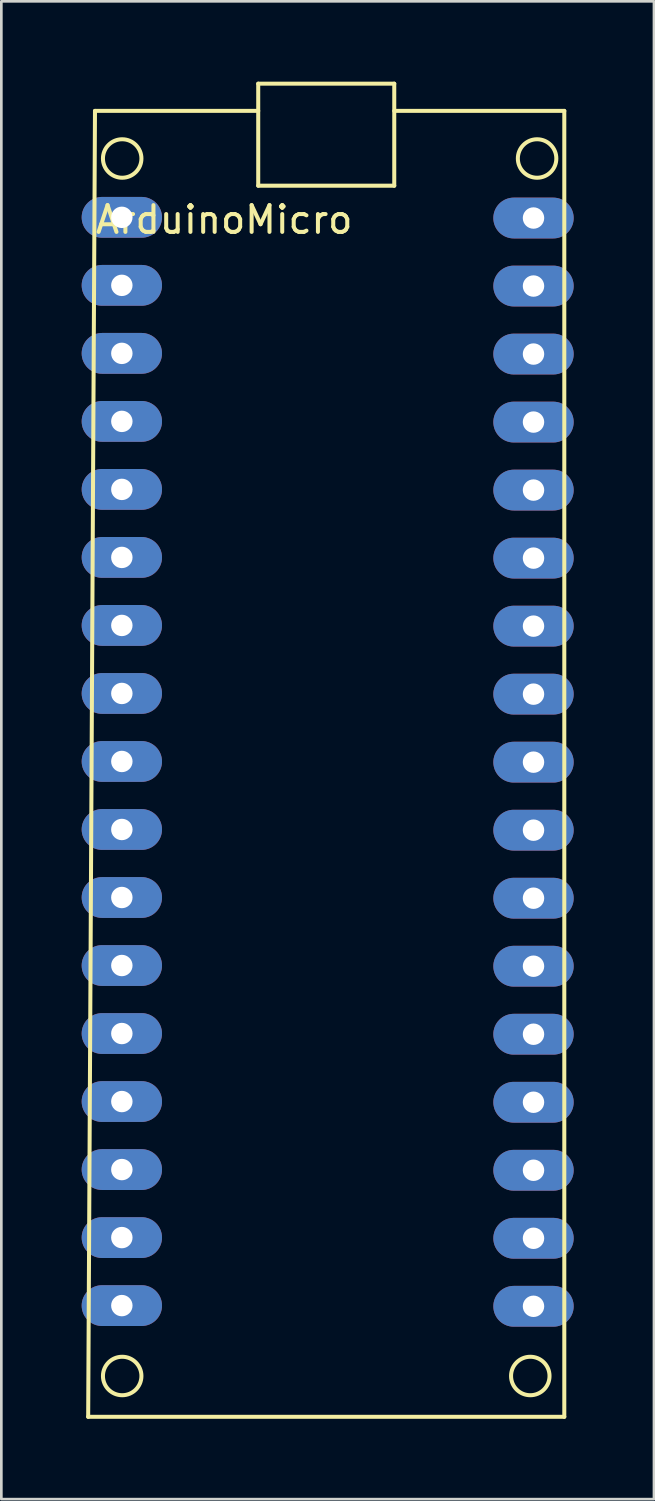
<source format=kicad_pcb>
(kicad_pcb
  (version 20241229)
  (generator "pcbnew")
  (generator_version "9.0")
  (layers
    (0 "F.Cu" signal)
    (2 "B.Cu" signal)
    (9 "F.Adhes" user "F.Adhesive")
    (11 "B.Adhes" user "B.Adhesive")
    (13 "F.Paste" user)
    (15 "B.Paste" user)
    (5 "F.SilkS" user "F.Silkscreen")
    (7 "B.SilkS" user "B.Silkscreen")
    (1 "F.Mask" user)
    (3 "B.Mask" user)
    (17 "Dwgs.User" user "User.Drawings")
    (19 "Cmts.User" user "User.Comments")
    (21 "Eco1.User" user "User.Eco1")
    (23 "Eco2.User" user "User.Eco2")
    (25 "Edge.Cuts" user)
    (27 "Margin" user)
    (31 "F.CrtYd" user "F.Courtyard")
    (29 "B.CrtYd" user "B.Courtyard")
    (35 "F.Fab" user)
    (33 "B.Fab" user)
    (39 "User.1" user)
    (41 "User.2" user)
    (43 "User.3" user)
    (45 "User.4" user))
  (footprint "ArduinoMicro"
    (layer "F.Cu")
    (at 9.133 25.475)
    (property "Reference" "ArduinoMicro" (at -3.81 -20.32 0) (layer "F.SilkS") (effects (font (size 1 1) (thickness 0.15))))
    (attr through_hole)
    (fp_line (start -8.89 24.384) (end -8.636 -24.384) (stroke (width 0.15) (type solid)) (layer "F.SilkS"))
    (fp_line (start -8.636 -24.384) (end -2.54 -24.384) (stroke (width 0.15) (type solid)) (layer "F.SilkS"))
    (fp_line (start -2.54 -25.4) (end -2.54 -21.59) (stroke (width 0.15) (type solid)) (layer "F.SilkS"))
    (fp_line (start -2.54 -21.59) (end 2.54 -21.59) (stroke (width 0.15) (type solid)) (layer "F.SilkS"))
    (fp_line (start 2.54 -25.4) (end -2.54 -25.4) (stroke (width 0.15) (type solid)) (layer "F.SilkS"))
    (fp_line (start 2.54 -24.384) (end 8.89 -24.384) (stroke (width 0.15) (type solid)) (layer "F.SilkS"))
    (fp_line (start 2.54 -21.59) (end 2.54 -25.4) (stroke (width 0.15) (type solid)) (layer "F.SilkS"))
    (fp_line (start 8.89 -24.384) (end 8.89 24.384) (stroke (width 0.15) (type solid)) (layer "F.SilkS"))
    (fp_line (start 8.89 24.384) (end -8.89 24.384) (stroke (width 0.15) (type solid)) (layer "F.SilkS"))
    (fp_circle (center -7.62 -22.606) (end -8.128 -23.114) (stroke (width 0.15) (type solid)) (fill no) (layer "F.SilkS"))
    (fp_circle (center -7.62 22.86) (end -8.128 22.352) (stroke (width 0.15) (type solid)) (fill no) (layer "F.SilkS"))
    (fp_circle (center 7.62 22.86) (end 8.128 23.368) (stroke (width 0.15) (type solid)) (fill no) (layer "F.SilkS"))
    (fp_circle (center 7.874 -22.606) (end 7.366 -23.114) (stroke (width 0.15) (type solid)) (fill no) (layer "F.SilkS"))
    (pad "1" thru_hole oval (at -7.633 -20.409) (size 3 1.524) (drill 0.8) (layers "*.Cu" "*.Mask"))
    (pad "2" thru_hole oval (at -7.633 -17.869) (size 3 1.524) (drill 0.8) (layers "*.Cu" "*.Mask"))
    (pad "3" thru_hole oval (at -7.633 -15.329) (size 3 1.524) (drill 0.8) (layers "*.Cu" "*.Mask"))
    (pad "4" thru_hole oval (at -7.633 -12.789) (size 3 1.524) (drill 0.8) (layers "*.Cu" "*.Mask"))
    (pad "5" thru_hole oval (at -7.633 -10.249) (size 3 1.524) (drill 0.8) (layers "*.Cu" "*.Mask"))
    (pad "6" thru_hole oval (at -7.633 -7.709) (size 3 1.524) (drill 0.8) (layers "*.Cu" "*.Mask"))
    (pad "7" thru_hole oval (at -7.633 -5.169) (size 3 1.524) (drill 0.8) (layers "*.Cu" "*.Mask"))
    (pad "8" thru_hole oval (at -7.633 -2.629) (size 3 1.524) (drill 0.8) (layers "*.Cu" "*.Mask"))
    (pad "9" thru_hole oval (at -7.633 -0.089) (size 3 1.524) (drill 0.8) (layers "*.Cu" "*.Mask"))
    (pad "10" thru_hole oval (at -7.633 2.451) (size 3 1.524) (drill 0.8) (layers "*.Cu" "*.Mask"))
    (pad "11" thru_hole oval (at -7.633 4.991) (size 3 1.524) (drill 0.8) (layers "*.Cu" "*.Mask"))
    (pad "12" thru_hole oval (at -7.633 7.531) (size 3 1.524) (drill 0.8) (layers "*.Cu" "*.Mask"))
    (pad "13" thru_hole oval (at -7.633 10.071) (size 3 1.524) (drill 0.8) (layers "*.Cu" "*.Mask"))
    (pad "14" thru_hole oval (at -7.633 12.611) (size 3 1.524) (drill 0.8) (layers "*.Cu" "*.Mask"))
    (pad "15" thru_hole oval (at -7.633 15.151) (size 3 1.524) (drill 0.8) (layers "*.Cu" "*.Mask"))
    (pad "16" thru_hole oval (at -7.633 17.691) (size 3 1.524) (drill 0.8) (layers "*.Cu" "*.Mask"))
    (pad "17" thru_hole oval (at -7.633 20.231) (size 3 1.524) (drill 0.8) (layers "*.Cu" "*.Mask"))
    (pad "18" thru_hole oval (at 7.74 20.257 180) (size 3 1.524) (drill 0.8) (layers "*.Cu" "*.Mask"))
    (pad "19" thru_hole oval (at 7.74 17.717 180) (size 3 1.524) (drill 0.8) (layers "*.Cu" "*.Mask"))
    (pad "20" thru_hole oval (at 7.74 15.177 180) (size 3 1.524) (drill 0.8) (layers "*.Cu" "*.Mask"))
    (pad "21" thru_hole oval (at 7.74 12.637 180) (size 3 1.524) (drill 0.8) (layers "*.Cu" "*.Mask"))
    (pad "22" thru_hole oval (at 7.74 10.097 180) (size 3 1.524) (drill 0.8) (layers "*.Cu" "*.Mask"))
    (pad "23" thru_hole oval (at 7.74 7.557 180) (size 3 1.524) (drill 0.8) (layers "*.Cu" "*.Mask"))
    (pad "24" thru_hole oval (at 7.74 5.017 180) (size 3 1.524) (drill 0.8) (layers "*.Cu" "*.Mask"))
    (pad "25" thru_hole oval (at 7.74 2.477 180) (size 3 1.524) (drill 0.8) (layers "*.Cu" "*.Mask"))
    (pad "26" thru_hole oval (at 7.74 -0.063 180) (size 3 1.524) (drill 0.8) (layers "*.Cu" "*.Mask"))
    (pad "27" thru_hole oval (at 7.74 -2.603 180) (size 3 1.524) (drill 0.8) (layers "*.Cu" "*.Mask"))
    (pad "28" thru_hole oval (at 7.74 -5.143 180) (size 3 1.524) (drill 0.8) (layers "*.Cu" "*.Mask"))
    (pad "29" thru_hole oval (at 7.74 -7.683 180) (size 3 1.524) (drill 0.8) (layers "*.Cu" "*.Mask"))
    (pad "30" thru_hole oval (at 7.74 -10.223 180) (size 3 1.524) (drill 0.8) (layers "*.Cu" "*.Mask"))
    (pad "31" thru_hole oval (at 7.74 -12.763 180) (size 3 1.524) (drill 0.8) (layers "*.Cu" "*.Mask"))
    (pad "32" thru_hole oval (at 7.74 -15.303 180) (size 3 1.524) (drill 0.8) (layers "*.Cu" "*.Mask"))
    (pad "33" thru_hole oval (at 7.74 -17.843 180) (size 3 1.524) (drill 0.8) (layers "*.Cu" "*.Mask"))
    (pad "34" thru_hole oval (at 7.74 -20.383 180) (size 3 1.524) (drill 0.8) (layers "*.Cu" "*.Mask")))
  (gr_rect
    (start -3 -3)
    (end 21.372 52.934)
    (stroke (width 0.1) (type default))
    (fill no)
    (layer "Edge.Cuts")))
</source>
